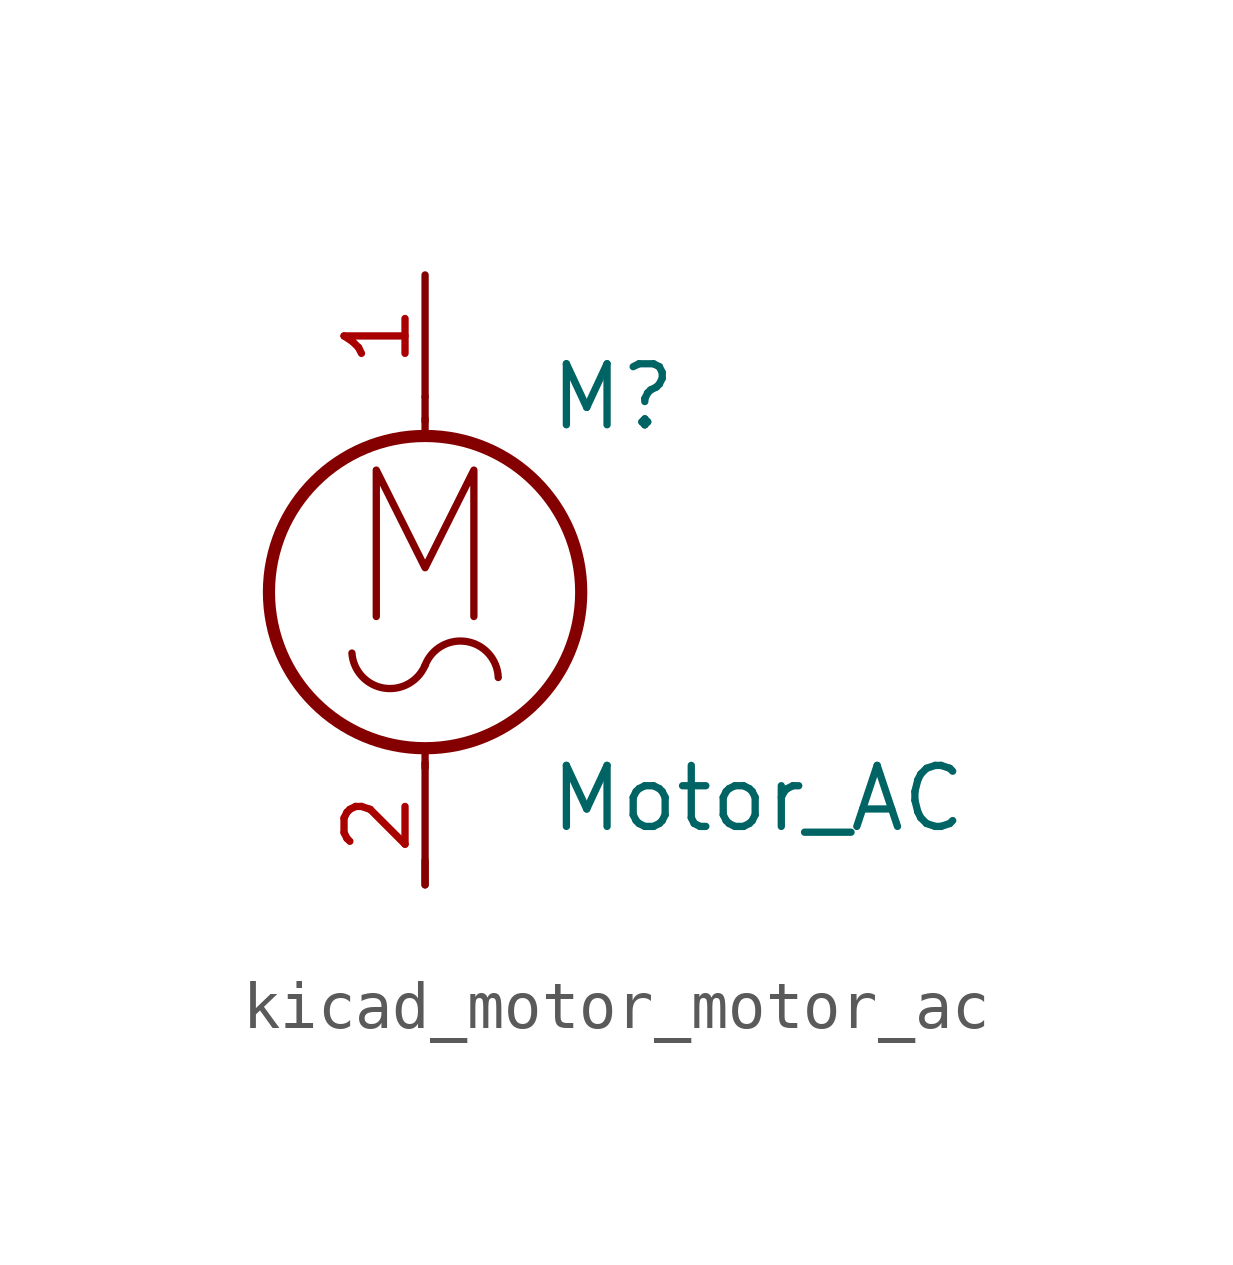
<source format=kicad_sym>
(kicad_symbol_lib
  (version 20220914)
  (generator kicad_symbol_editor)
  (symbol "kicad_motor_motor_ac"
    (pin_names
      (offset 0))
    (property "Reference" "M"
      (at 2.54 2.54 0)
      (effects (font (size 1.27 1.27)) (justify left)))
    (property "Value" "Motor_AC"
      (at 2.54 -5.08 0)
      (effects (font (size 1.27 1.27)) (justify left top)))
    (symbol "kicad_motor_motor_ac_0_0"
      (arc (start -1.524 -2.794) (mid -0.8654 -3.5217) (end 0 -3.048) (stroke (width 0) (type default)) (fill (type none)))
      (polyline (pts (xy -1.016 -2.032) (xy -1.016 1.016) (xy 0 -1.016) (xy 1.016 1.016) (xy 1.016 -2.032)) (stroke (width 0) (type default)) (fill (type none)))
      (arc (start 1.524 -3.302) (mid 0.85 -2.5503) (end 0 -3.048) (stroke (width 0) (type default)) (fill (type none))))
    (symbol "kicad_motor_motor_ac_0_1"
      (circle (center 0 -1.524) (radius 3.251) (stroke (width 0.254) (type default)) (fill (type none)))
      (polyline (pts (xy 0 -7.62) (xy 0 -7.112)) (stroke (width 0) (type default)) (fill (type none)))
      (polyline (pts (xy 0 -4.775) (xy 0 -5.182)) (stroke (width 0) (type default)) (fill (type none)))
      (polyline (pts (xy 0 1.727) (xy 0 2.083)) (stroke (width 0) (type default)) (fill (type none)))
      (polyline (pts (xy 0 2.032) (xy 0 2.54)) (stroke (width 0) (type default)) (fill (type none))))
    (symbol "kicad_motor_motor_ac_1_1"
      (pin passive line (at 0 5.08 270) (length 2.54) (name "~" (effects (font (size 1.27 1.27)))) (number "1" (effects (font (size 1.27 1.27)))))
      (pin passive line (at 0 -7.62 90) (length 2.54) (name "~" (effects (font (size 1.27 1.27)))) (number "2" (effects (font (size 1.27 1.27))))))))
</source>
